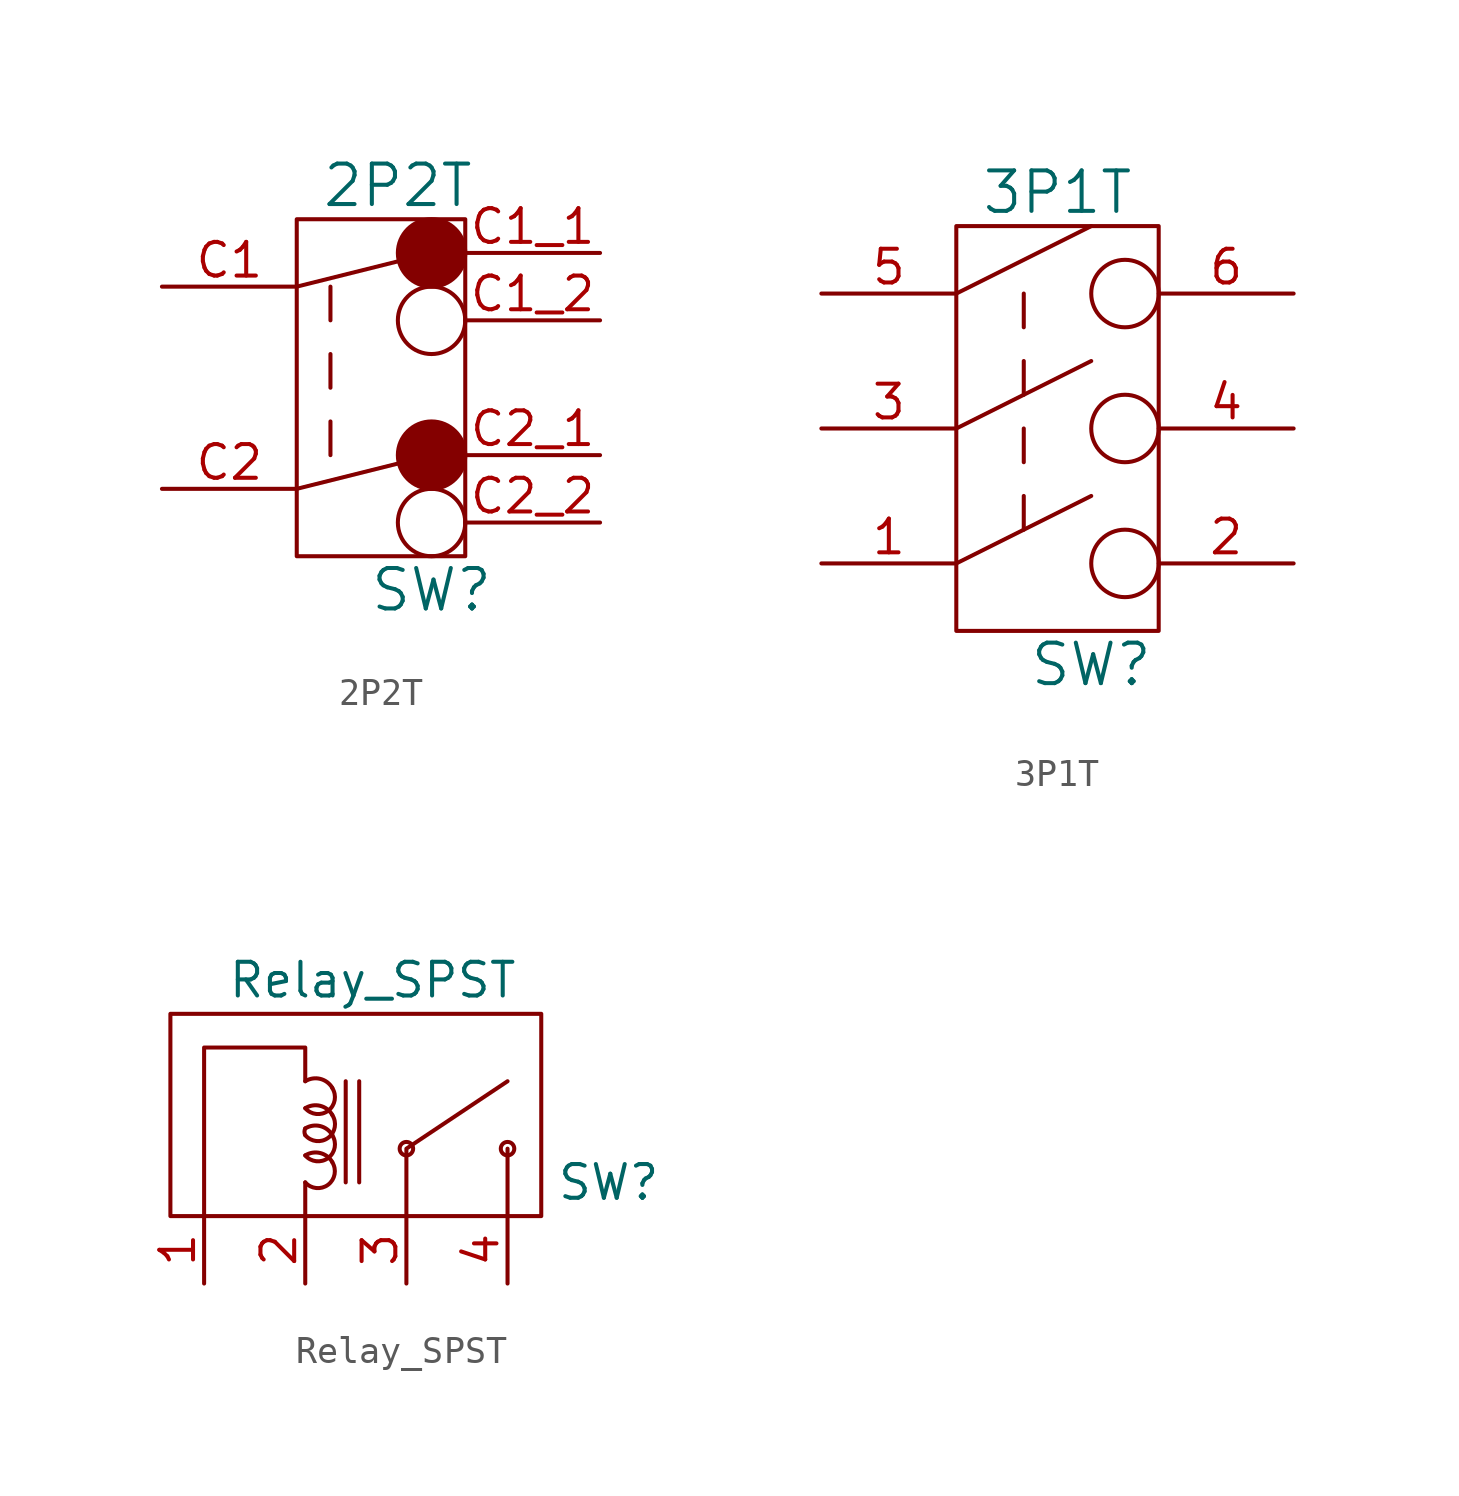
<source format=kicad_sym>
(kicad_symbol_lib
  (version 20211014)
  (generator kicad_symbol_editor)
  (symbol "2P2T"
    (pin_names
      (offset 1.016))
    (property "Reference" "SW"
      (at 5.08 -1.27 0)
      (effects (font (size 1.524 1.524))))
    (property "Value" "2P2T"
      (at 3.81 13.97 0)
      (effects (font (size 1.524 1.524))))
    (symbol "2P2T_1_0"
      (polyline (pts (xy 0 2.54) (xy 5.08 3.81)) (stroke (width 0) (type default) (color 0 0 0 0)) (fill (type none)))
      (polyline (pts (xy 0 10.16) (xy 5.08 11.43)) (stroke (width 0) (type default) (color 0 0 0 0)) (fill (type none)))
      (polyline (pts (xy 1.27 5.08) (xy 1.27 3.81)) (stroke (width 0) (type default) (color 0 0 0 0)) (fill (type none)))
      (polyline (pts (xy 1.27 7.62) (xy 1.27 6.35)) (stroke (width 0) (type default) (color 0 0 0 0)) (fill (type none)))
      (polyline (pts (xy 1.27 10.16) (xy 1.27 8.89)) (stroke (width 0) (type default) (color 0 0 0 0)) (fill (type none)))
      (rectangle (start 0 12.7) (end 6.35 0) (stroke (width 0) (type default) (color 0 0 0 0)) (fill (type none)))
      (circle (center 5.08 1.27) (radius 1.27) (stroke (width 0) (type default) (color 0 0 0 0)) (fill (type none)))
      (circle (center 5.08 3.81) (radius 1.27) (stroke (width 0) (type default) (color 0 0 0 0)) (fill (type outline)))
      (circle (center 5.08 8.89) (radius 1.27) (stroke (width 0) (type default) (color 0 0 0 0)) (fill (type none)))
      (circle (center 5.08 11.43) (radius 1.27) (stroke (width 0) (type default) (color 0 0 0 0)) (fill (type outline))))
    (symbol "2P2T_1_1"
      (pin input line (at -5.08 10.16 0) (length 5.08) (name "~" (effects (font (size 1.27 1.27)))) (number "C1" (effects (font (size 1.27 1.27)))))
      (pin input line (at 11.43 11.43 180) (length 5.08) (name "~" (effects (font (size 1.27 1.27)))) (number "C1_1" (effects (font (size 1.27 1.27)))))
      (pin input line (at 11.43 8.89 180) (length 5.08) (name "~" (effects (font (size 1.27 1.27)))) (number "C1_2" (effects (font (size 1.27 1.27)))))
      (pin input line (at -5.08 2.54 0) (length 5.08) (name "~" (effects (font (size 1.27 1.27)))) (number "C2" (effects (font (size 1.27 1.27)))))
      (pin input line (at 11.43 3.81 180) (length 5.08) (name "~" (effects (font (size 1.27 1.27)))) (number "C2_1" (effects (font (size 1.27 1.27)))))
      (pin input line (at 11.43 1.27 180) (length 5.08) (name "~" (effects (font (size 1.27 1.27)))) (number "C2_2" (effects (font (size 1.27 1.27)))))))
  (symbol "3P1T"
    (pin_names
      (offset 1.016))
    (property "Reference" "SW"
      (at 5.08 -1.27 0)
      (effects (font (size 1.524 1.524))))
    (property "Value" "3P1T"
      (at 3.81 16.51 0)
      (effects (font (size 1.524 1.524))))
    (symbol "3P1T_0_1"
      (polyline (pts (xy 0 2.54) (xy 5.08 5.08)) (stroke (width 0) (type default) (color 0 0 0 0)) (fill (type none)))
      (polyline (pts (xy 0 7.62) (xy 5.08 10.16)) (stroke (width 0) (type default) (color 0 0 0 0)) (fill (type none)))
      (polyline (pts (xy 0 12.7) (xy 5.08 15.24)) (stroke (width 0) (type default) (color 0 0 0 0)) (fill (type none)))
      (polyline (pts (xy 2.54 5.08) (xy 2.54 3.81)) (stroke (width 0) (type default) (color 0 0 0 0)) (fill (type none)))
      (polyline (pts (xy 2.54 7.62) (xy 2.54 6.35)) (stroke (width 0) (type default) (color 0 0 0 0)) (fill (type none)))
      (polyline (pts (xy 2.54 10.16) (xy 2.54 8.89)) (stroke (width 0) (type default) (color 0 0 0 0)) (fill (type none)))
      (polyline (pts (xy 2.54 12.7) (xy 2.54 11.43)) (stroke (width 0) (type default) (color 0 0 0 0)) (fill (type none)))
      (circle (center 6.35 2.54) (radius 1.27) (stroke (width 0) (type default) (color 0 0 0 0)) (fill (type none)))
      (circle (center 6.35 7.62) (radius 1.27) (stroke (width 0) (type default) (color 0 0 0 0)) (fill (type none)))
      (circle (center 6.35 12.7) (radius 1.27) (stroke (width 0) (type default) (color 0 0 0 0)) (fill (type none))))
    (symbol "3P1T_1_0"
      (rectangle (start 0 15.24) (end 7.62 0) (stroke (width 0) (type default) (color 0 0 0 0)) (fill (type none))))
    (symbol "3P1T_1_1"
      (pin input line (at -5.08 2.54 0) (length 5.08) (name "~" (effects (font (size 1.27 1.27)))) (number "1" (effects (font (size 1.27 1.27)))))
      (pin input line (at 12.7 2.54 180) (length 5.08) (name "~" (effects (font (size 1.27 1.27)))) (number "2" (effects (font (size 1.27 1.27)))))
      (pin input line (at -5.08 7.62 0) (length 5.08) (name "~" (effects (font (size 1.27 1.27)))) (number "3" (effects (font (size 1.27 1.27)))))
      (pin input line (at 12.7 7.62 180) (length 5.08) (name "~" (effects (font (size 1.27 1.27)))) (number "4" (effects (font (size 1.27 1.27)))))
      (pin input line (at -5.08 12.7 0) (length 5.08) (name "~" (effects (font (size 1.27 1.27)))) (number "5" (effects (font (size 1.27 1.27)))))
      (pin input line (at 12.7 12.7 180) (length 5.08) (name "~" (effects (font (size 1.27 1.27)))) (number "6" (effects (font (size 1.27 1.27)))))))
  (symbol "Relay_SPST"
    (pin_names
      (offset 1.016))
    (property "Reference" "SW"
      (at 16.51 1.27 0)
      (effects (font (size 1.27 1.27))))
    (property "Value" "Relay_SPST"
      (at 7.62 8.89 0)
      (effects (font (size 1.27 1.27))))
    (symbol "Relay_SPST_0_1"
      (polyline (pts (xy 5.08 0) (xy 5.08 1.27)) (stroke (width 0) (type default) (color 0 0 0 0)) (fill (type none)))
      (polyline (pts (xy 6.604 5.08) (xy 6.604 1.27)) (stroke (width 0) (type default) (color 0 0 0 0)) (fill (type none)))
      (polyline (pts (xy 7.112 1.27) (xy 7.112 5.08)) (stroke (width 0) (type default) (color 0 0 0 0)) (fill (type none)))
      (polyline (pts (xy 12.7 0) (xy 12.7 2.54)) (stroke (width 0) (type default) (color 0 0 0 0)) (fill (type none)))
      (polyline (pts (xy 8.89 0) (xy 8.89 2.54) (xy 12.7 5.08)) (stroke (width 0) (type default) (color 0 0 0 0)) (fill (type none)))
      (polyline (pts (xy 1.27 0) (xy 1.27 6.35) (xy 5.08 6.35) (xy 5.08 5.08)) (stroke (width 0) (type default) (color 0 0 0 0)) (fill (type none)))
      (rectangle (start 0 7.62) (end 13.97 0) (stroke (width 0) (type default) (color 0 0 0 0)) (fill (type none)))
      (arc (start 5.08 1.27) (mid 5.9504 1.1832) (end 6.096 2.032) (stroke (width 0) (type default) (color 0 0 0 0)) (fill (type none)))
      (arc (start 5.08 2.286) (mid 5.9504 2.1992) (end 6.096 3.048) (stroke (width 0) (type default) (color 0 0 0 0)) (fill (type none)))
      (arc (start 5.08 3.048) (mid 5.9504 2.9612) (end 6.096 3.81) (stroke (width 0) (type default) (color 0 0 0 0)) (fill (type none)))
      (arc (start 5.08 3.302) (mid 5.05 3.175) (end 5.08 3.048) (stroke (width 0) (type default) (color 0 0 0 0)) (fill (type none)))
      (arc (start 5.08 4.064) (mid 5.9504 3.9772) (end 6.096 4.826) (stroke (width 0) (type default) (color 0 0 0 0)) (fill (type none)))
      (arc (start 6.096 2.032) (mid 5.6369 2.3744) (end 5.08 2.286) (stroke (width 0) (type default) (color 0 0 0 0)) (fill (type none)))
      (arc (start 6.096 3.048) (mid 5.6369 3.3904) (end 5.08 3.302) (stroke (width 0) (type default) (color 0 0 0 0)) (fill (type none)))
      (arc (start 6.096 3.81) (mid 5.6369 4.1524) (end 5.08 4.064) (stroke (width 0) (type default) (color 0 0 0 0)) (fill (type none)))
      (arc (start 6.096 4.826) (mid 5.6369 5.1684) (end 5.08 5.08) (stroke (width 0) (type default) (color 0 0 0 0)) (fill (type none)))
      (circle (center 8.89 2.54) (radius 0.254) (stroke (width 0) (type default) (color 0 0 0 0)) (fill (type none)))
      (circle (center 12.7 2.54) (radius 0.254) (stroke (width 0) (type default) (color 0 0 0 0)) (fill (type none))))
    (symbol "Relay_SPST_1_1"
      (pin input line (at 1.27 -2.54 90) (length 2.54) (name "~" (effects (font (size 1.27 1.27)))) (number "1" (effects (font (size 1.27 1.27)))))
      (pin input line (at 5.08 -2.54 90) (length 2.54) (name "~" (effects (font (size 1.27 1.27)))) (number "2" (effects (font (size 1.27 1.27)))))
      (pin input line (at 8.89 -2.54 90) (length 2.54) (name "~" (effects (font (size 1.27 1.27)))) (number "3" (effects (font (size 1.27 1.27)))))
      (pin input line (at 12.7 -2.54 90) (length 2.54) (name "~" (effects (font (size 1.27 1.27)))) (number "4" (effects (font (size 1.27 1.27))))))))
</source>
